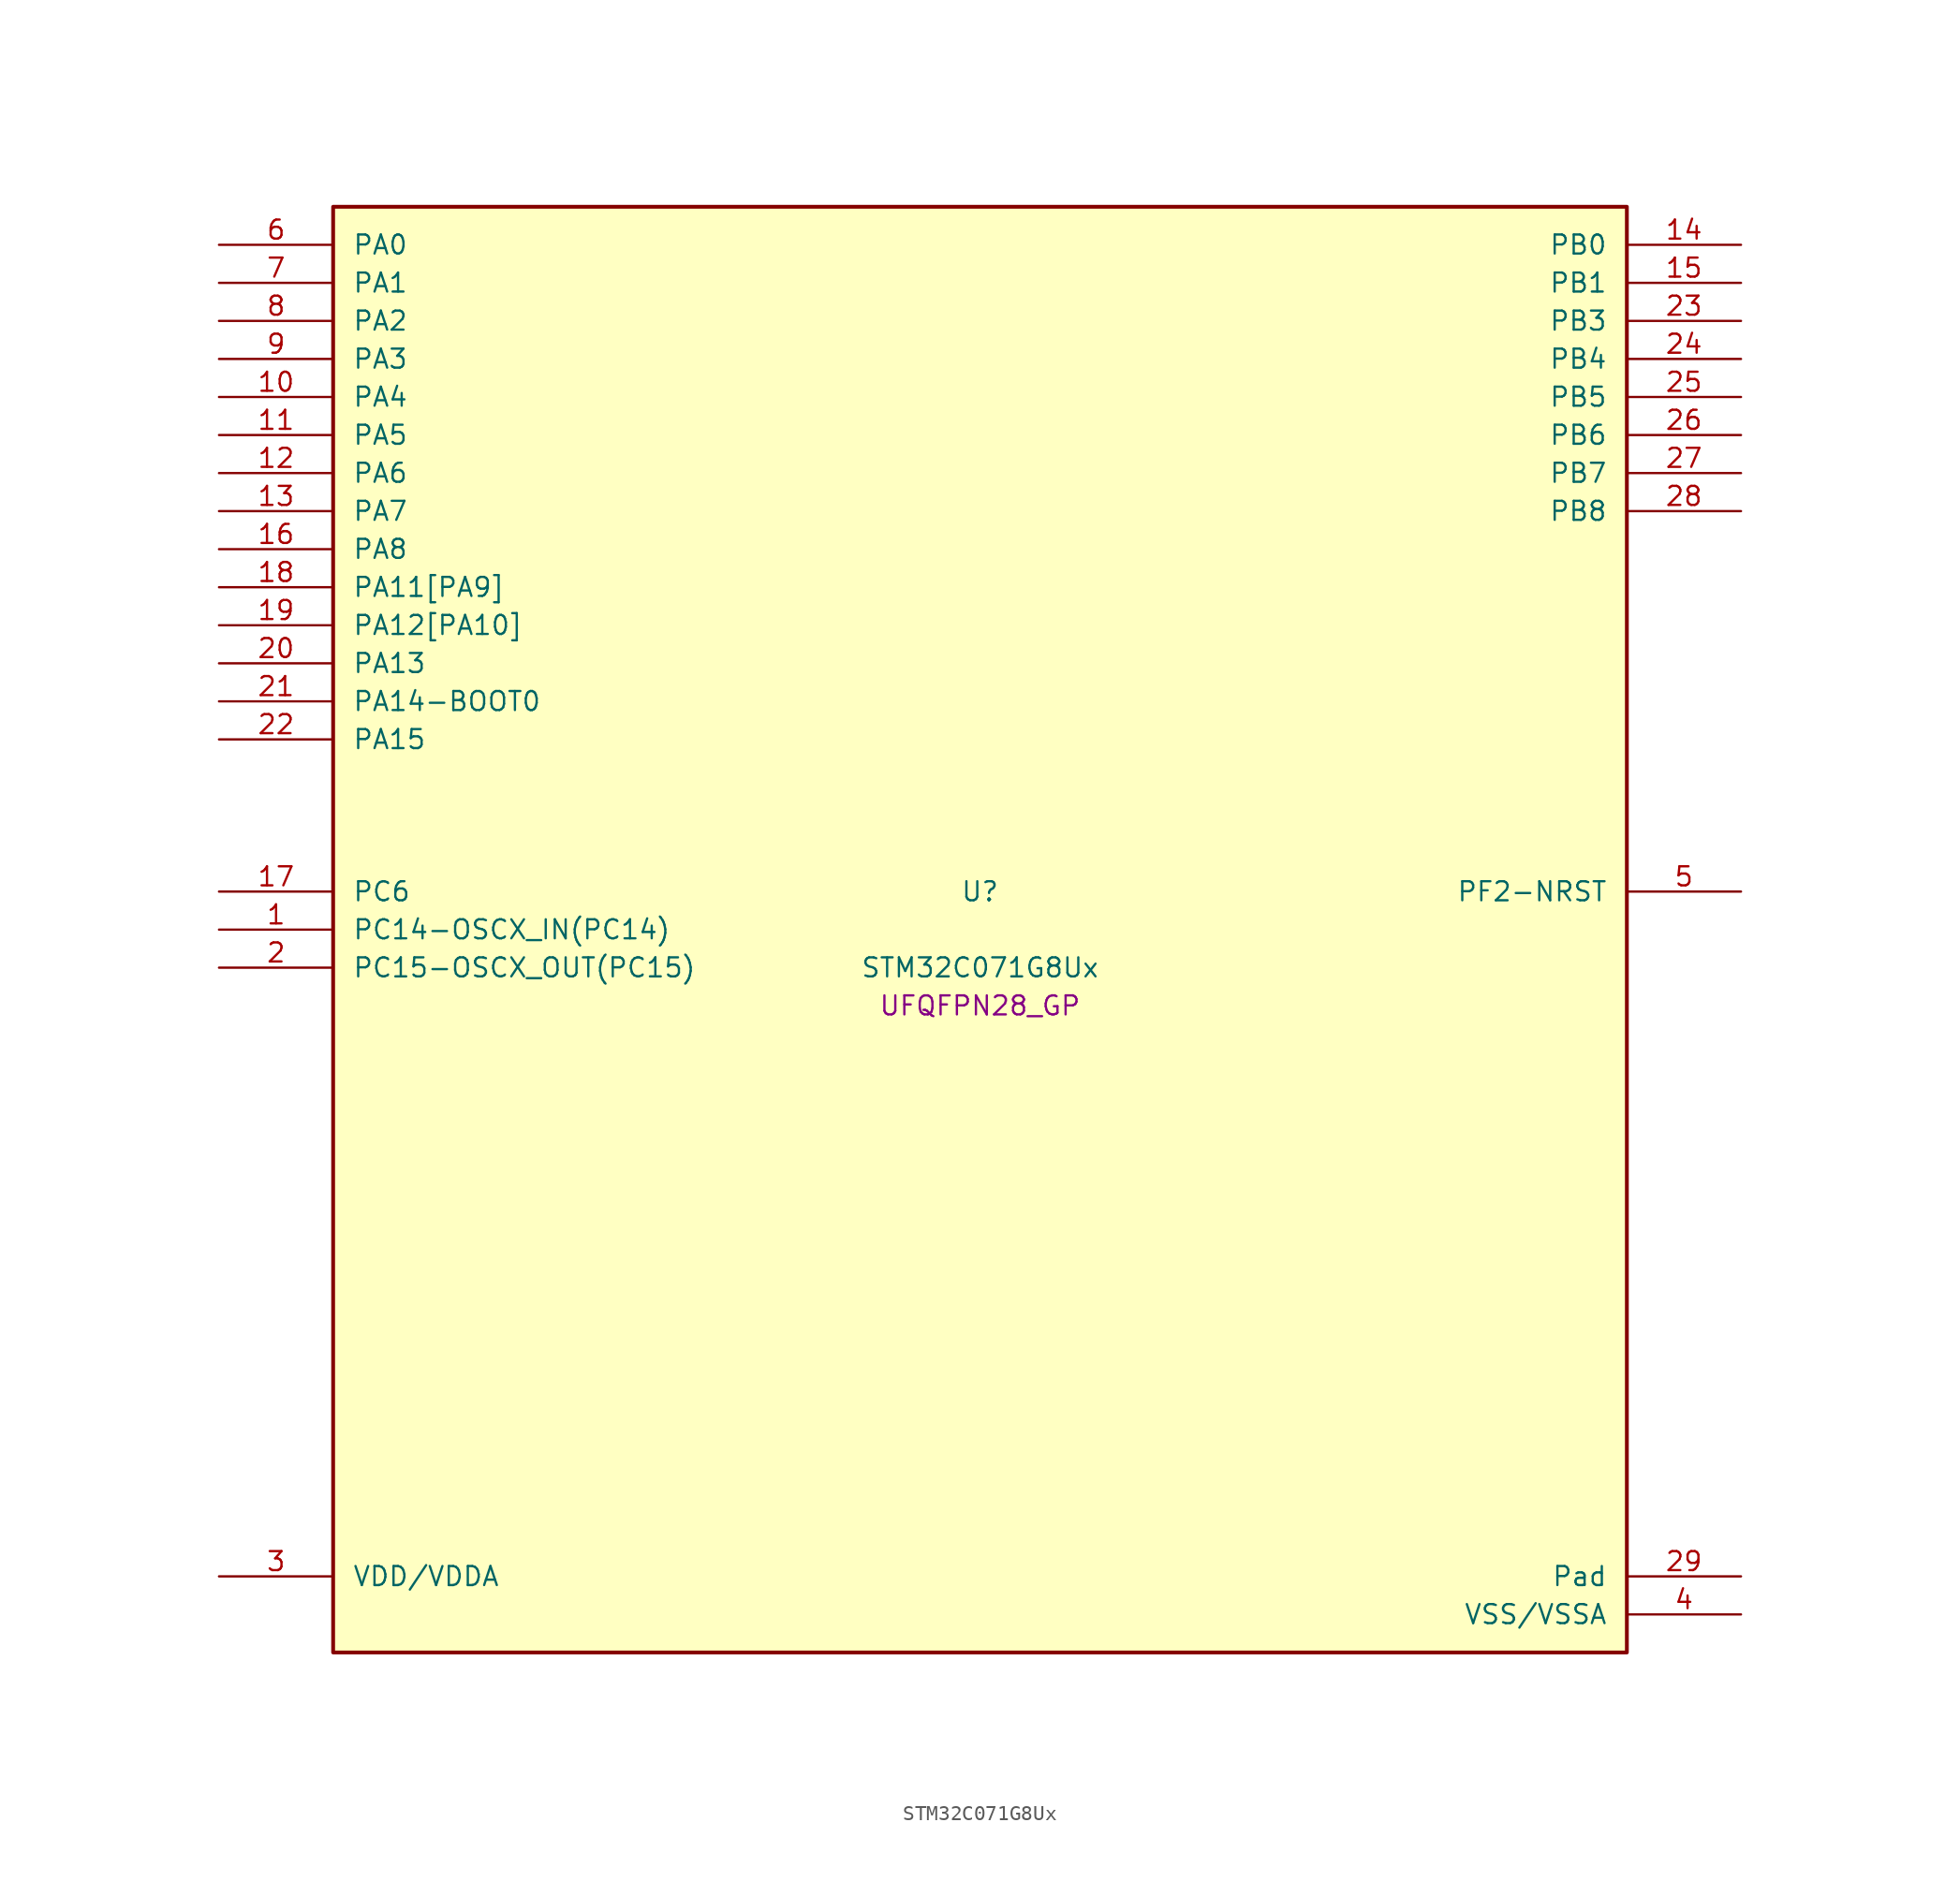
<source format=kicad_sym>
(kicad_symbol_lib
  (version 20241209)
  (generator "stm32_pkl_generator")
  (generator_version "1.0")
  (symbol "STM32C071G8Ux"
    (pin_names
      (offset 1.27))
    (property "Reference" "U"
      (at 0 2.54 0))
    (property "Value" "STM32C071G8Ux"
      (at 0 -2.54 0))
    (property "Footprint" "UFQFPN28_GP"
      (at 0 -5.08 0))
    (symbol "STM32C071G8Ux_1_1"
      (rectangle (start -43.18 48.26) (end 43.18 -48.26) (stroke (width 0.254) (type solid)) (fill (type background)))
      (pin bidirectional line (at -50.8 45.72 0) (length 7.62) (name "PA0") (number "6") (alternate "PA0/ADC1_IN0" bidirectional line) (alternate "PA0/PWR_WKUP1" bidirectional line) (alternate "PA0/SPI2_SCK" bidirectional line) (alternate "PA0/TIM16_CH1" bidirectional line) (alternate "PA0/TIM1_CH1" bidirectional line) (alternate "PA0/TIM2_CH1" bidirectional line) (alternate "PA0/TIM2_ETR" bidirectional line) (alternate "PA0/USART1_TX" bidirectional line) (alternate "PA0/USART2_CTS" bidirectional line) (alternate "PA0/USART2_NSS" bidirectional line))
      (pin bidirectional line (at -50.8 43.18 0) (length 7.62) (name "PA1") (number "7") (alternate "PA1/ADC1_IN1" bidirectional line) (alternate "PA1/I2C1_SMBA" bidirectional line) (alternate "PA1/I2S1_CK" bidirectional line) (alternate "PA1/SPI1_SCK" bidirectional line) (alternate "PA1/TIM17_CH1" bidirectional line) (alternate "PA1/TIM1_CH2" bidirectional line) (alternate "PA1/TIM2_CH2" bidirectional line) (alternate "PA1/USART1_RX" bidirectional line) (alternate "PA1/USART2_CK" bidirectional line) (alternate "PA1/USART2_DE" bidirectional line) (alternate "PA1/USART2_RTS" bidirectional line))
      (pin bidirectional line (at -50.8 40.64 0) (length 7.62) (name "PA2") (number "8") (alternate "PA2/ADC1_IN2" bidirectional line) (alternate "PA2/I2S1_SD" bidirectional line) (alternate "PA2/PWR_WKUP4" bidirectional line) (alternate "PA2/RCC_LSCO" bidirectional line) (alternate "PA2/SPI1_MOSI" bidirectional line) (alternate "PA2/TIM16_CH1N" bidirectional line) (alternate "PA2/TIM1_CH3" bidirectional line) (alternate "PA2/TIM2_CH3" bidirectional line) (alternate "PA2/TIM3_ETR" bidirectional line) (alternate "PA2/USART2_TX" bidirectional line))
      (pin bidirectional line (at -50.8 38.1 0) (length 7.62) (name "PA3") (number "9") (alternate "PA3/ADC1_IN3" bidirectional line) (alternate "PA3/SPI2_MISO" bidirectional line) (alternate "PA3/TIM1_CH1N" bidirectional line) (alternate "PA3/TIM1_CH4" bidirectional line) (alternate "PA3/TIM2_CH4" bidirectional line) (alternate "PA3/USART2_RX" bidirectional line))
      (pin bidirectional line (at -50.8 35.56 0) (length 7.62) (name "PA4") (number "10") (alternate "PA4/ADC1_IN4" bidirectional line) (alternate "PA4/I2S1_WS" bidirectional line) (alternate "PA4/PWR_WKUP2" bidirectional line) (alternate "PA4/RTC_OUT1" bidirectional line) (alternate "PA4/RTC_TS" bidirectional line) (alternate "PA4/SPI1_NSS" bidirectional line) (alternate "PA4/SPI2_MOSI" bidirectional line) (alternate "PA4/TIM14_CH1" bidirectional line) (alternate "PA4/TIM17_CH1N" bidirectional line) (alternate "PA4/TIM1_CH2N" bidirectional line) (alternate "PA4/USART2_TX" bidirectional line) (alternate "PA4/USB_NOE" bidirectional line))
      (pin bidirectional line (at -50.8 33.02 0) (length 7.62) (name "PA5") (number "11") (alternate "PA5/ADC1_IN5" bidirectional line) (alternate "PA5/I2S1_CK" bidirectional line) (alternate "PA5/SPI1_SCK" bidirectional line) (alternate "PA5/TIM1_CH1" bidirectional line) (alternate "PA5/TIM1_CH3N" bidirectional line) (alternate "PA5/TIM2_CH1" bidirectional line) (alternate "PA5/TIM2_ETR" bidirectional line) (alternate "PA5/USART2_RX" bidirectional line))
      (pin bidirectional line (at -50.8 30.48 0) (length 7.62) (name "PA6") (number "12") (alternate "PA6/ADC1_IN6" bidirectional line) (alternate "PA6/I2C2_SDA" bidirectional line) (alternate "PA6/I2S1_MCK" bidirectional line) (alternate "PA6/SPI1_MISO" bidirectional line) (alternate "PA6/TIM16_CH1" bidirectional line) (alternate "PA6/TIM1_BKIN" bidirectional line) (alternate "PA6/TIM3_CH1" bidirectional line))
      (pin bidirectional line (at -50.8 27.94 0) (length 7.62) (name "PA7") (number "13") (alternate "PA7/ADC1_IN7" bidirectional line) (alternate "PA7/I2C2_SCL" bidirectional line) (alternate "PA7/I2S1_SD" bidirectional line) (alternate "PA7/SPI1_MOSI" bidirectional line) (alternate "PA7/TIM14_CH1" bidirectional line) (alternate "PA7/TIM17_CH1" bidirectional line) (alternate "PA7/TIM1_CH1N" bidirectional line) (alternate "PA7/TIM3_CH2" bidirectional line))
      (pin bidirectional line (at -50.8 25.4 0) (length 7.62) (name "PA8") (number "16") (alternate "PA8/ADC1_IN8" bidirectional line) (alternate "PA8/CRS_SYNC" bidirectional line) (alternate "PA8/I2S1_WS" bidirectional line) (alternate "PA8/RCC_MCO" bidirectional line) (alternate "PA8/RCC_MCO_2" bidirectional line) (alternate "PA8/SPI1_NSS" bidirectional line) (alternate "PA8/SPI2_MISO" bidirectional line) (alternate "PA8/SPI2_NSS" bidirectional line) (alternate "PA8/TIM14_CH1" bidirectional line) (alternate "PA8/TIM1_CH1" bidirectional line) (alternate "PA8/TIM1_CH2N" bidirectional line) (alternate "PA8/TIM1_CH3N" bidirectional line) (alternate "PA8/TIM3_CH3" bidirectional line) (alternate "PA8/TIM3_CH4" bidirectional line) (alternate "PA8/USART1_RX" bidirectional line) (alternate "PA8/USART2_TX" bidirectional line))
      (pin bidirectional line (at -50.8 22.86 0) (length 7.62) (name "PA11[PA9]") (number "18") (alternate "PA11[PA9]/ADC1_EXTI11" bidirectional line) (alternate "PA11[PA9]/I2C2_SCL" bidirectional line) (alternate "PA11[PA9]/I2S1_MCK" bidirectional line) (alternate "PA11[PA9]/SPI1_MISO" bidirectional line) (alternate "PA11[PA9]/TIM1_BKIN2" bidirectional line) (alternate "PA11[PA9]/TIM1_CH4" bidirectional line) (alternate "PA11[PA9]/USART1_CTS" bidirectional line) (alternate "PA11[PA9]/USART1_NSS" bidirectional line) (alternate "PA11[PA9]/USB_DM" bidirectional line) (alternate "PA11[PA9]/PA9[PA11]" bidirectional line) (alternate "PA11[PA9]/I2C1_SCL" bidirectional line) (alternate "PA11[PA9]/RCC_MCO" bidirectional line) (alternate "PA11[PA9]/SPI2_MISO" bidirectional line) (alternate "PA11[PA9]/TIM1_CH2" bidirectional line) (alternate "PA11[PA9]/TIM3_ETR" bidirectional line) (alternate "PA11[PA9]/USART1_TX" bidirectional line))
      (pin bidirectional line (at -50.8 20.32 0) (length 7.62) (name "PA12[PA10]") (number "19") (alternate "PA12[PA10]/I2C2_SDA" bidirectional line) (alternate "PA12[PA10]/I2S1_SD" bidirectional line) (alternate "PA12[PA10]/I2S_CKIN" bidirectional line) (alternate "PA12[PA10]/SPI1_MOSI" bidirectional line) (alternate "PA12[PA10]/TIM1_ETR" bidirectional line) (alternate "PA12[PA10]/USART1_CK" bidirectional line) (alternate "PA12[PA10]/USART1_DE" bidirectional line) (alternate "PA12[PA10]/USART1_RTS" bidirectional line) (alternate "PA12[PA10]/USB_DP" bidirectional line) (alternate "PA12[PA10]/PA10[PA12]" bidirectional line) (alternate "PA12[PA10]/I2C1_SDA" bidirectional line) (alternate "PA12[PA10]/RCC_MCO_2" bidirectional line) (alternate "PA12[PA10]/SPI2_MOSI" bidirectional line) (alternate "PA12[PA10]/TIM17_BKIN" bidirectional line) (alternate "PA12[PA10]/TIM1_CH3" bidirectional line) (alternate "PA12[PA10]/USART1_RX" bidirectional line))
      (pin bidirectional line (at -50.8 17.78 0) (length 7.62) (name "PA13") (number "20") (alternate "PA13/ADC1_IN13" bidirectional line) (alternate "PA13/DEBUG_SWDIO" bidirectional line) (alternate "PA13/IR_OUT" bidirectional line) (alternate "PA13/TIM3_ETR" bidirectional line) (alternate "PA13/USART2_RX" bidirectional line) (alternate "PA13/USB_NOE" bidirectional line))
      (pin bidirectional line (at -50.8 15.24 0) (length 7.62) (name "PA14-BOOT0") (number "21") (alternate "PA14-BOOT0/ADC1_IN14" bidirectional line) (alternate "PA14-BOOT0/DEBUG_SWCLK" bidirectional line) (alternate "PA14-BOOT0/I2S1_WS" bidirectional line) (alternate "PA14-BOOT0/RCC_MCO_2" bidirectional line) (alternate "PA14-BOOT0/SPI1_NSS" bidirectional line) (alternate "PA14-BOOT0/TIM1_CH1" bidirectional line) (alternate "PA14-BOOT0/USART1_CK" bidirectional line) (alternate "PA14-BOOT0/USART1_DE" bidirectional line) (alternate "PA14-BOOT0/USART1_RTS" bidirectional line) (alternate "PA14-BOOT0/USART2_RX" bidirectional line) (alternate "PA14-BOOT0/USART2_TX" bidirectional line))
      (pin bidirectional line (at -50.8 12.7 0) (length 7.62) (name "PA15") (number "22") (alternate "PA15/I2S1_WS" bidirectional line) (alternate "PA15/RCC_MCO_2" bidirectional line) (alternate "PA15/SPI1_NSS" bidirectional line) (alternate "PA15/TIM1_CH1" bidirectional line) (alternate "PA15/TIM2_CH1" bidirectional line) (alternate "PA15/TIM2_ETR" bidirectional line) (alternate "PA15/USART1_CK" bidirectional line) (alternate "PA15/USART1_DE" bidirectional line) (alternate "PA15/USART1_RTS" bidirectional line) (alternate "PA15/USART2_RX" bidirectional line) (alternate "PA15/USB_NOE" bidirectional line))
      (pin bidirectional line (at 50.8 45.72 180) (length 7.62) (name "PB0") (number "14") (alternate "PB0/ADC1_IN17" bidirectional line) (alternate "PB0/I2S1_WS" bidirectional line) (alternate "PB0/SPI1_NSS" bidirectional line) (alternate "PB0/TIM1_CH2N" bidirectional line) (alternate "PB0/TIM3_CH3" bidirectional line))
      (pin bidirectional line (at 50.8 43.18 180) (length 7.62) (name "PB1") (number "15") (alternate "PB1/ADC1_IN18" bidirectional line) (alternate "PB1/TIM14_CH1" bidirectional line) (alternate "PB1/TIM1_CH2N" bidirectional line) (alternate "PB1/TIM1_CH3N" bidirectional line) (alternate "PB1/TIM3_CH4" bidirectional line))
      (pin bidirectional line (at 50.8 40.64 180) (length 7.62) (name "PB3") (number "23") (alternate "PB3/I2C2_SCL" bidirectional line) (alternate "PB3/I2S1_CK" bidirectional line) (alternate "PB3/SPI1_SCK" bidirectional line) (alternate "PB3/TIM1_CH2" bidirectional line) (alternate "PB3/TIM2_CH2" bidirectional line) (alternate "PB3/TIM3_CH2" bidirectional line) (alternate "PB3/USART1_CK" bidirectional line) (alternate "PB3/USART1_DE" bidirectional line) (alternate "PB3/USART1_RTS" bidirectional line))
      (pin bidirectional line (at 50.8 38.1 180) (length 7.62) (name "PB4") (number "24") (alternate "PB4/I2C2_SDA" bidirectional line) (alternate "PB4/I2S1_MCK" bidirectional line) (alternate "PB4/SPI1_MISO" bidirectional line) (alternate "PB4/TIM17_BKIN" bidirectional line) (alternate "PB4/TIM3_CH1" bidirectional line) (alternate "PB4/USART1_CTS" bidirectional line) (alternate "PB4/USART1_NSS" bidirectional line))
      (pin bidirectional line (at 50.8 35.56 180) (length 7.62) (name "PB5") (number "25") (alternate "PB5/I2C1_SMBA" bidirectional line) (alternate "PB5/I2S1_SD" bidirectional line) (alternate "PB5/PWR_WKUP6" bidirectional line) (alternate "PB5/SPI1_MOSI" bidirectional line) (alternate "PB5/TIM16_BKIN" bidirectional line) (alternate "PB5/TIM3_CH2" bidirectional line) (alternate "PB5/TIM3_CH3" bidirectional line))
      (pin bidirectional line (at 50.8 33.02 180) (length 7.62) (name "PB6") (number "26") (alternate "PB6/I2C1_SCL" bidirectional line) (alternate "PB6/I2C1_SMBA" bidirectional line) (alternate "PB6/I2S1_CK" bidirectional line) (alternate "PB6/I2S1_MCK" bidirectional line) (alternate "PB6/I2S1_SD" bidirectional line) (alternate "PB6/PWR_WKUP3" bidirectional line) (alternate "PB6/SPI1_MISO" bidirectional line) (alternate "PB6/SPI1_MOSI" bidirectional line) (alternate "PB6/SPI1_SCK" bidirectional line) (alternate "PB6/SPI2_MISO" bidirectional line) (alternate "PB6/TIM16_BKIN" bidirectional line) (alternate "PB6/TIM16_CH1N" bidirectional line) (alternate "PB6/TIM17_BKIN" bidirectional line) (alternate "PB6/TIM1_CH2" bidirectional line) (alternate "PB6/TIM1_CH3" bidirectional line) (alternate "PB6/TIM3_CH1" bidirectional line) (alternate "PB6/TIM3_CH2" bidirectional line) (alternate "PB6/TIM3_CH3" bidirectional line) (alternate "PB6/USART1_CTS" bidirectional line) (alternate "PB6/USART1_NSS" bidirectional line) (alternate "PB6/USART1_TX" bidirectional line))
      (pin bidirectional line (at 50.8 30.48 180) (length 7.62) (name "PB7") (number "27") (alternate "PB7/I2C1_SCL" bidirectional line) (alternate "PB7/I2C1_SDA" bidirectional line) (alternate "PB7/RTC_REFIN" bidirectional line) (alternate "PB7/SPI2_MOSI" bidirectional line) (alternate "PB7/TIM16_CH1" bidirectional line) (alternate "PB7/TIM17_CH1N" bidirectional line) (alternate "PB7/TIM1_CH4" bidirectional line) (alternate "PB7/TIM3_CH1" bidirectional line) (alternate "PB7/TIM3_CH4" bidirectional line) (alternate "PB7/USART1_RX" bidirectional line) (alternate "PB7/USART2_CTS" bidirectional line) (alternate "PB7/USART2_NSS" bidirectional line))
      (pin bidirectional line (at 50.8 27.94 180) (length 7.62) (name "PB8") (number "28") (alternate "PB8/I2C1_SCL" bidirectional line) (alternate "PB8/SPI2_SCK" bidirectional line) (alternate "PB8/TIM16_CH1" bidirectional line) (alternate "PB8/TIM3_CH1" bidirectional line) (alternate "PB8/USART2_CTS" bidirectional line) (alternate "PB8/USART2_NSS" bidirectional line))
      (pin bidirectional line (at -50.8 2.54 0) (length 7.62) (name "PC6") (number "17") (alternate "PC6/TIM2_CH3" bidirectional line) (alternate "PC6/TIM3_CH1" bidirectional line))
      (pin bidirectional line (at -50.8 0 0) (length 7.62) (name "PC14-OSCX_IN(PC14)") (number "1") (alternate "PC14-OSCX_IN(PC14)/I2C1_SDA" bidirectional line) (alternate "PC14-OSCX_IN(PC14)/IR_OUT" bidirectional line) (alternate "PC14-OSCX_IN(PC14)/RCC_OSCX_IN" bidirectional line) (alternate "PC14-OSCX_IN(PC14)/SPI2_NSS" bidirectional line) (alternate "PC14-OSCX_IN(PC14)/TIM17_CH1" bidirectional line) (alternate "PC14-OSCX_IN(PC14)/TIM1_BKIN2" bidirectional line) (alternate "PC14-OSCX_IN(PC14)/TIM1_ETR" bidirectional line) (alternate "PC14-OSCX_IN(PC14)/TIM3_CH2" bidirectional line) (alternate "PC14-OSCX_IN(PC14)/USART1_TX" bidirectional line) (alternate "PC14-OSCX_IN(PC14)/USART2_CK" bidirectional line) (alternate "PC14-OSCX_IN(PC14)/USART2_DE" bidirectional line) (alternate "PC14-OSCX_IN(PC14)/USART2_RTS" bidirectional line))
      (pin bidirectional line (at -50.8 -2.54 0) (length 7.62) (name "PC15-OSCX_OUT(PC15)") (number "2") (alternate "PC15-OSCX_OUT(PC15)/RCC_OSC32_EN" bidirectional line) (alternate "PC15-OSCX_OUT(PC15)/RCC_OSCX_OUT" bidirectional line) (alternate "PC15-OSCX_OUT(PC15)/RCC_OSC_EN" bidirectional line) (alternate "PC15-OSCX_OUT(PC15)/TIM1_ETR" bidirectional line) (alternate "PC15-OSCX_OUT(PC15)/TIM3_CH3" bidirectional line))
      (pin bidirectional line (at 50.8 2.54 180) (length 7.62) (name "PF2-NRST") (number "5") (alternate "PF2-NRST/RCC_MCO" bidirectional line) (alternate "PF2-NRST/TIM1_CH4" bidirectional line))
      (pin power_in line (at -50.8 -43.18 0) (length 7.62) (name "VDD/VDDA") (number "3"))
      (pin passive line (at 50.8 -43.18 180) (length 7.62) (name "Pad") (number "29"))
      (pin power_in line (at 50.8 -45.72 180) (length 7.62) (name "VSS/VSSA") (number "4")))))
</source>
